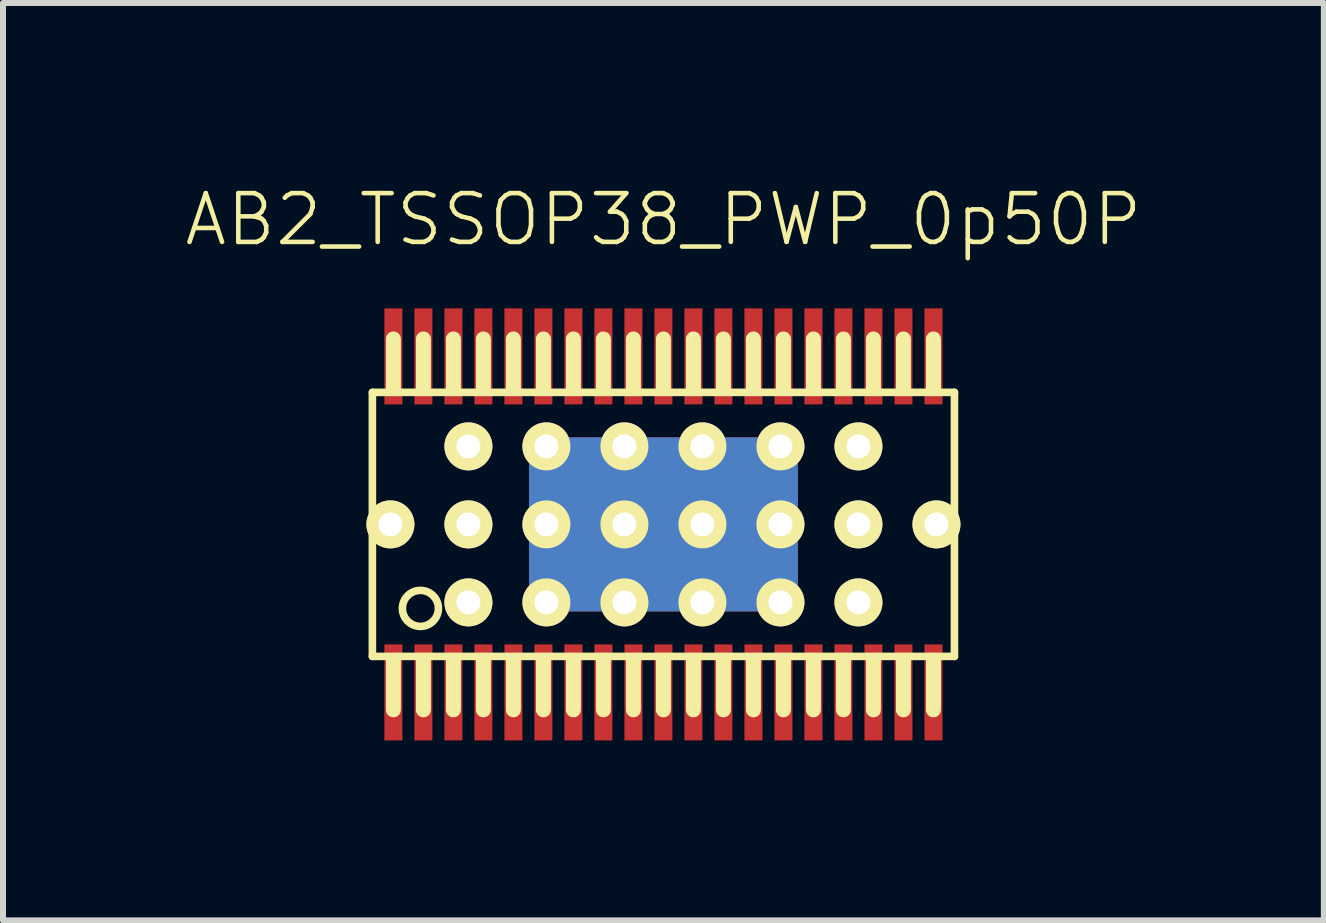
<source format=kicad_pcb>
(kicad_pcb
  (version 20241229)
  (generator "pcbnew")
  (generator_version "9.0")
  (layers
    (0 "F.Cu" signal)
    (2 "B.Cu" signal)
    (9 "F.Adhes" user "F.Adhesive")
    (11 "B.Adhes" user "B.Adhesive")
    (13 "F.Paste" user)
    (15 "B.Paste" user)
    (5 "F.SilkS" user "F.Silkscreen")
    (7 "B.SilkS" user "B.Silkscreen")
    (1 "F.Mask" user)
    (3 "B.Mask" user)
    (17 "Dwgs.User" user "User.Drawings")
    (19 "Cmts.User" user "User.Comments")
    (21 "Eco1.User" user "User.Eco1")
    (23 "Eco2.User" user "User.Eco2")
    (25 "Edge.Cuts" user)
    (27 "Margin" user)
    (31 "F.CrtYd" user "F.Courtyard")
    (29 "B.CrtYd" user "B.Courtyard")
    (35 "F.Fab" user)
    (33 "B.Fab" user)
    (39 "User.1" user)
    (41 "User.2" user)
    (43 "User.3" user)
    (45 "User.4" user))
  (footprint "AB2_TSSOP38_PWP_0p50P"
    (layer "F.Cu")
    (at 8.006 5.689)
    (property "Reference" "AB2_TSSOP38_PWP_0p50P" (at 0 -5.08 0) (layer "F.SilkS") (effects (font (size 0.813 0.813) (thickness 0.076))))
    (attr through_hole)
    (fp_line (start -4.85 -2.2) (end 4.85 -2.2) (stroke (width 0.127) (type solid)) (layer "F.SilkS"))
    (fp_line (start -4.85 2.2) (end -4.85 -2.2) (stroke (width 0.127) (type solid)) (layer "F.SilkS"))
    (fp_line (start -4.5 -2.27) (end -4.5 -3.09) (stroke (width 0.25) (type solid)) (layer "F.SilkS"))
    (fp_line (start -4.5 2.27) (end -4.5 3.09) (stroke (width 0.25) (type solid)) (layer "F.SilkS"))
    (fp_line (start -4 -2.27) (end -4 -3.09) (stroke (width 0.25) (type solid)) (layer "F.SilkS"))
    (fp_line (start -4 2.27) (end -4 3.09) (stroke (width 0.25) (type solid)) (layer "F.SilkS"))
    (fp_line (start -3.5 -2.27) (end -3.5 -3.09) (stroke (width 0.25) (type solid)) (layer "F.SilkS"))
    (fp_line (start -3.5 2.27) (end -3.5 3.09) (stroke (width 0.25) (type solid)) (layer "F.SilkS"))
    (fp_line (start -3 -2.27) (end -3 -3.09) (stroke (width 0.25) (type solid)) (layer "F.SilkS"))
    (fp_line (start -3 2.27) (end -3 3.09) (stroke (width 0.25) (type solid)) (layer "F.SilkS"))
    (fp_line (start -2.5 -2.27) (end -2.5 -3.09) (stroke (width 0.25) (type solid)) (layer "F.SilkS"))
    (fp_line (start -2.5 2.27) (end -2.5 3.09) (stroke (width 0.25) (type solid)) (layer "F.SilkS"))
    (fp_line (start -2 -2.27) (end -2 -3.09) (stroke (width 0.25) (type solid)) (layer "F.SilkS"))
    (fp_line (start -2 2.27) (end -2 3.09) (stroke (width 0.25) (type solid)) (layer "F.SilkS"))
    (fp_line (start -1.5 -2.27) (end -1.5 -3.09) (stroke (width 0.25) (type solid)) (layer "F.SilkS"))
    (fp_line (start -1.5 2.27) (end -1.5 3.09) (stroke (width 0.25) (type solid)) (layer "F.SilkS"))
    (fp_line (start -1 -2.27) (end -1 -3.09) (stroke (width 0.25) (type solid)) (layer "F.SilkS"))
    (fp_line (start -1 2.27) (end -1 3.09) (stroke (width 0.25) (type solid)) (layer "F.SilkS"))
    (fp_line (start -0.5 -2.27) (end -0.5 -3.09) (stroke (width 0.25) (type solid)) (layer "F.SilkS"))
    (fp_line (start -0.5 2.27) (end -0.5 3.09) (stroke (width 0.25) (type solid)) (layer "F.SilkS"))
    (fp_line (start 0 -2.27) (end 0 -3.09) (stroke (width 0.25) (type solid)) (layer "F.SilkS"))
    (fp_line (start 0 2.27) (end 0 3.09) (stroke (width 0.25) (type solid)) (layer "F.SilkS"))
    (fp_line (start 0.5 -2.27) (end 0.5 -3.09) (stroke (width 0.25) (type solid)) (layer "F.SilkS"))
    (fp_line (start 0.5 2.27) (end 0.5 3.09) (stroke (width 0.25) (type solid)) (layer "F.SilkS"))
    (fp_line (start 1 -2.27) (end 1 -3.09) (stroke (width 0.25) (type solid)) (layer "F.SilkS"))
    (fp_line (start 1 2.27) (end 1 3.09) (stroke (width 0.25) (type solid)) (layer "F.SilkS"))
    (fp_line (start 1.5 -2.27) (end 1.5 -3.09) (stroke (width 0.25) (type solid)) (layer "F.SilkS"))
    (fp_line (start 1.5 2.27) (end 1.5 3.09) (stroke (width 0.25) (type solid)) (layer "F.SilkS"))
    (fp_line (start 2 -2.27) (end 2 -3.09) (stroke (width 0.25) (type solid)) (layer "F.SilkS"))
    (fp_line (start 2 2.27) (end 2 3.09) (stroke (width 0.25) (type solid)) (layer "F.SilkS"))
    (fp_line (start 2.5 -2.27) (end 2.5 -3.09) (stroke (width 0.25) (type solid)) (layer "F.SilkS"))
    (fp_line (start 2.5 2.27) (end 2.5 3.09) (stroke (width 0.25) (type solid)) (layer "F.SilkS"))
    (fp_line (start 3 -2.27) (end 3 -3.09) (stroke (width 0.25) (type solid)) (layer "F.SilkS"))
    (fp_line (start 3 2.27) (end 3 3.09) (stroke (width 0.25) (type solid)) (layer "F.SilkS"))
    (fp_line (start 3.5 -2.27) (end 3.5 -3.09) (stroke (width 0.25) (type solid)) (layer "F.SilkS"))
    (fp_line (start 3.5 2.27) (end 3.5 3.09) (stroke (width 0.25) (type solid)) (layer "F.SilkS"))
    (fp_line (start 4 -2.27) (end 4 -3.09) (stroke (width 0.25) (type solid)) (layer "F.SilkS"))
    (fp_line (start 4 2.27) (end 4 3.09) (stroke (width 0.25) (type solid)) (layer "F.SilkS"))
    (fp_line (start 4.5 -2.27) (end 4.5 -3.09) (stroke (width 0.25) (type solid)) (layer "F.SilkS"))
    (fp_line (start 4.5 2.27) (end 4.5 3.09) (stroke (width 0.25) (type solid)) (layer "F.SilkS"))
    (fp_line (start 4.85 -2.2) (end 4.85 2.2) (stroke (width 0.127) (type solid)) (layer "F.SilkS"))
    (fp_line (start 4.85 2.2) (end -4.85 2.2) (stroke (width 0.127) (type solid)) (layer "F.SilkS"))
    (fp_circle (center -4.05 1.4) (end -4.05 1.1) (stroke (width 0.127) (type solid)) (fill no) (layer "F.SilkS"))
    (pad "1" smd rect (at -4.5 2.8) (size 0.3 1.6) (layers "F.Cu" "F.Mask" "F.Paste"))
    (pad "2" smd rect (at -4 2.8) (size 0.3 1.6) (layers "F.Cu" "F.Mask" "F.Paste"))
    (pad "3" smd rect (at -3.5 2.8) (size 0.3 1.6) (layers "F.Cu" "F.Mask" "F.Paste"))
    (pad "4" smd rect (at -3 2.8) (size 0.3 1.6) (layers "F.Cu" "F.Mask" "F.Paste"))
    (pad "5" smd rect (at -2.5 2.8) (size 0.3 1.6) (layers "F.Cu" "F.Mask" "F.Paste"))
    (pad "6" smd rect (at -2 2.8) (size 0.3 1.6) (layers "F.Cu" "F.Mask" "F.Paste"))
    (pad "7" smd rect (at -1.5 2.8) (size 0.3 1.6) (layers "F.Cu" "F.Mask" "F.Paste"))
    (pad "8" smd rect (at -1 2.8) (size 0.3 1.6) (layers "F.Cu" "F.Mask" "F.Paste"))
    (pad "9" smd rect (at -0.5 2.8) (size 0.3 1.6) (layers "F.Cu" "F.Mask" "F.Paste"))
    (pad "10" smd rect (at 0 2.8) (size 0.3 1.6) (layers "F.Cu" "F.Mask" "F.Paste"))
    (pad "11" smd rect (at 0.5 2.8) (size 0.3 1.6) (layers "F.Cu" "F.Mask" "F.Paste"))
    (pad "12" smd rect (at 1 2.8) (size 0.3 1.6) (layers "F.Cu" "F.Mask" "F.Paste"))
    (pad "13" smd rect (at 1.5 2.8) (size 0.3 1.6) (layers "F.Cu" "F.Mask" "F.Paste"))
    (pad "14" smd rect (at 2 2.8) (size 0.3 1.6) (layers "F.Cu" "F.Mask" "F.Paste"))
    (pad "15" smd rect (at 2.5 2.8) (size 0.3 1.6) (layers "F.Cu" "F.Mask" "F.Paste"))
    (pad "16" smd rect (at 3 2.8) (size 0.3 1.6) (layers "F.Cu" "F.Mask" "F.Paste"))
    (pad "17" smd rect (at 3.5 2.8) (size 0.3 1.6) (layers "F.Cu" "F.Mask" "F.Paste"))
    (pad "18" smd rect (at 4 2.8) (size 0.3 1.6) (layers "F.Cu" "F.Mask" "F.Paste"))
    (pad "19" smd rect (at 4.5 2.8) (size 0.3 1.6) (layers "F.Cu" "F.Mask" "F.Paste"))
    (pad "20" smd rect (at 4.5 -2.8) (size 0.3 1.6) (layers "F.Cu" "F.Mask" "F.Paste"))
    (pad "21" smd rect (at 4 -2.8) (size 0.3 1.6) (layers "F.Cu" "F.Mask" "F.Paste"))
    (pad "22" smd rect (at 3.5 -2.8) (size 0.3 1.6) (layers "F.Cu" "F.Mask" "F.Paste"))
    (pad "23" smd rect (at 3 -2.8) (size 0.3 1.6) (layers "F.Cu" "F.Mask" "F.Paste"))
    (pad "24" smd rect (at 2.5 -2.8) (size 0.3 1.6) (layers "F.Cu" "F.Mask" "F.Paste"))
    (pad "25" smd rect (at 2 -2.8) (size 0.3 1.6) (layers "F.Cu" "F.Mask" "F.Paste"))
    (pad "26" smd rect (at 1.5 -2.8) (size 0.3 1.6) (layers "F.Cu" "F.Mask" "F.Paste"))
    (pad "27" smd rect (at 1 -2.8) (size 0.3 1.6) (layers "F.Cu" "F.Mask" "F.Paste"))
    (pad "28" smd rect (at 0.5 -2.8) (size 0.3 1.6) (layers "F.Cu" "F.Mask" "F.Paste"))
    (pad "29" smd rect (at 0 -2.8) (size 0.3 1.6) (layers "F.Cu" "F.Mask" "F.Paste"))
    (pad "30" smd rect (at -0.5 -2.8) (size 0.3 1.6) (layers "F.Cu" "F.Mask" "F.Paste"))
    (pad "31" smd rect (at -1 -2.8) (size 0.3 1.6) (layers "F.Cu" "F.Mask" "F.Paste"))
    (pad "32" smd rect (at -1.5 -2.8) (size 0.3 1.6) (layers "F.Cu" "F.Mask" "F.Paste"))
    (pad "33" smd rect (at -2 -2.8) (size 0.3 1.6) (layers "F.Cu" "F.Mask" "F.Paste"))
    (pad "34" smd rect (at -2.5 -2.8) (size 0.3 1.6) (layers "F.Cu" "F.Mask" "F.Paste"))
    (pad "35" smd rect (at -3 -2.8) (size 0.3 1.6) (layers "F.Cu" "F.Mask" "F.Paste"))
    (pad "36" smd rect (at -3.5 -2.8) (size 0.3 1.6) (layers "F.Cu" "F.Mask" "F.Paste"))
    (pad "37" smd rect (at -4 -2.8) (size 0.3 1.6) (layers "F.Cu" "F.Mask" "F.Paste"))
    (pad "38" smd rect (at -4.5 -2.8) (size 0.3 1.6) (layers "F.Cu" "F.Mask" "F.Paste"))
    (pad "PWP" thru_hole circle (at -4.55 0) (size 0.8 0.8) (drill 0.4) (layers "*.Cu" "*.Mask" "F.SilkS"))
    (pad "PWP" thru_hole circle (at -3.25 -1.3) (size 0.8 0.8) (drill 0.4) (layers "*.Cu" "*.Mask" "F.SilkS"))
    (pad "PWP" thru_hole circle (at -3.25 0) (size 0.8 0.8) (drill 0.4) (layers "*.Cu" "*.Mask" "F.SilkS"))
    (pad "PWP" thru_hole circle (at -3.25 1.3) (size 0.8 0.8) (drill 0.4) (layers "*.Cu" "*.Mask" "F.SilkS"))
    (pad "PWP" thru_hole circle (at -1.95 -1.3) (size 0.8 0.8) (drill 0.4) (layers "*.Cu" "*.Mask" "F.SilkS"))
    (pad "PWP" thru_hole circle (at -1.95 0) (size 0.8 0.8) (drill 0.4) (layers "*.Cu" "*.Mask" "F.SilkS"))
    (pad "PWP" thru_hole circle (at -1.95 1.3) (size 0.8 0.8) (drill 0.4) (layers "*.Cu" "*.Mask" "F.SilkS"))
    (pad "PWP" thru_hole circle (at -0.65 -1.3) (size 0.8 0.8) (drill 0.4) (layers "*.Cu" "*.Mask" "F.SilkS"))
    (pad "PWP" thru_hole circle (at -0.65 0) (size 0.8 0.8) (drill 0.4) (layers "*.Cu" "*.Mask" "F.SilkS"))
    (pad "PWP" thru_hole circle (at -0.65 1.3) (size 0.8 0.8) (drill 0.4) (layers "*.Cu" "*.Mask" "F.SilkS"))
    (pad "PWP" smd rect (at 0 0) (size 4.48 2.9) (layers "F.Cu" "F.Mask" "F.Paste"))
    (pad "PWP" smd rect (at 0 0) (size 4.48 2.9) (layers "B.Cu" "B.Mask" "B.Paste"))
    (pad "PWP" thru_hole circle (at 0.65 -1.3) (size 0.8 0.8) (drill 0.4) (layers "*.Cu" "*.Mask" "F.SilkS"))
    (pad "PWP" thru_hole circle (at 0.65 0) (size 0.8 0.8) (drill 0.4) (layers "*.Cu" "*.Mask" "F.SilkS"))
    (pad "PWP" thru_hole circle (at 0.65 1.3) (size 0.8 0.8) (drill 0.4) (layers "*.Cu" "*.Mask" "F.SilkS"))
    (pad "PWP" thru_hole circle (at 1.95 -1.3) (size 0.8 0.8) (drill 0.4) (layers "*.Cu" "*.Mask" "F.SilkS"))
    (pad "PWP" thru_hole circle (at 1.95 0) (size 0.8 0.8) (drill 0.4) (layers "*.Cu" "*.Mask" "F.SilkS"))
    (pad "PWP" thru_hole circle (at 1.95 1.3) (size 0.8 0.8) (drill 0.4) (layers "*.Cu" "*.Mask" "F.SilkS"))
    (pad "PWP" thru_hole circle (at 3.25 -1.3) (size 0.8 0.8) (drill 0.4) (layers "*.Cu" "*.Mask" "F.SilkS"))
    (pad "PWP" thru_hole circle (at 3.25 0) (size 0.8 0.8) (drill 0.4) (layers "*.Cu" "*.Mask" "F.SilkS"))
    (pad "PWP" thru_hole circle (at 3.25 1.3) (size 0.8 0.8) (drill 0.4) (layers "*.Cu" "*.Mask" "F.SilkS"))
    (pad "PWP" thru_hole circle (at 4.55 0) (size 0.8 0.8) (drill 0.4) (layers "*.Cu" "*.Mask" "F.SilkS")))
  (gr_rect
    (start -3 -3)
    (end 19.012 12.289)
    (stroke (width 0.1) (type default))
    (fill no)
    (layer "Edge.Cuts")))
</source>
